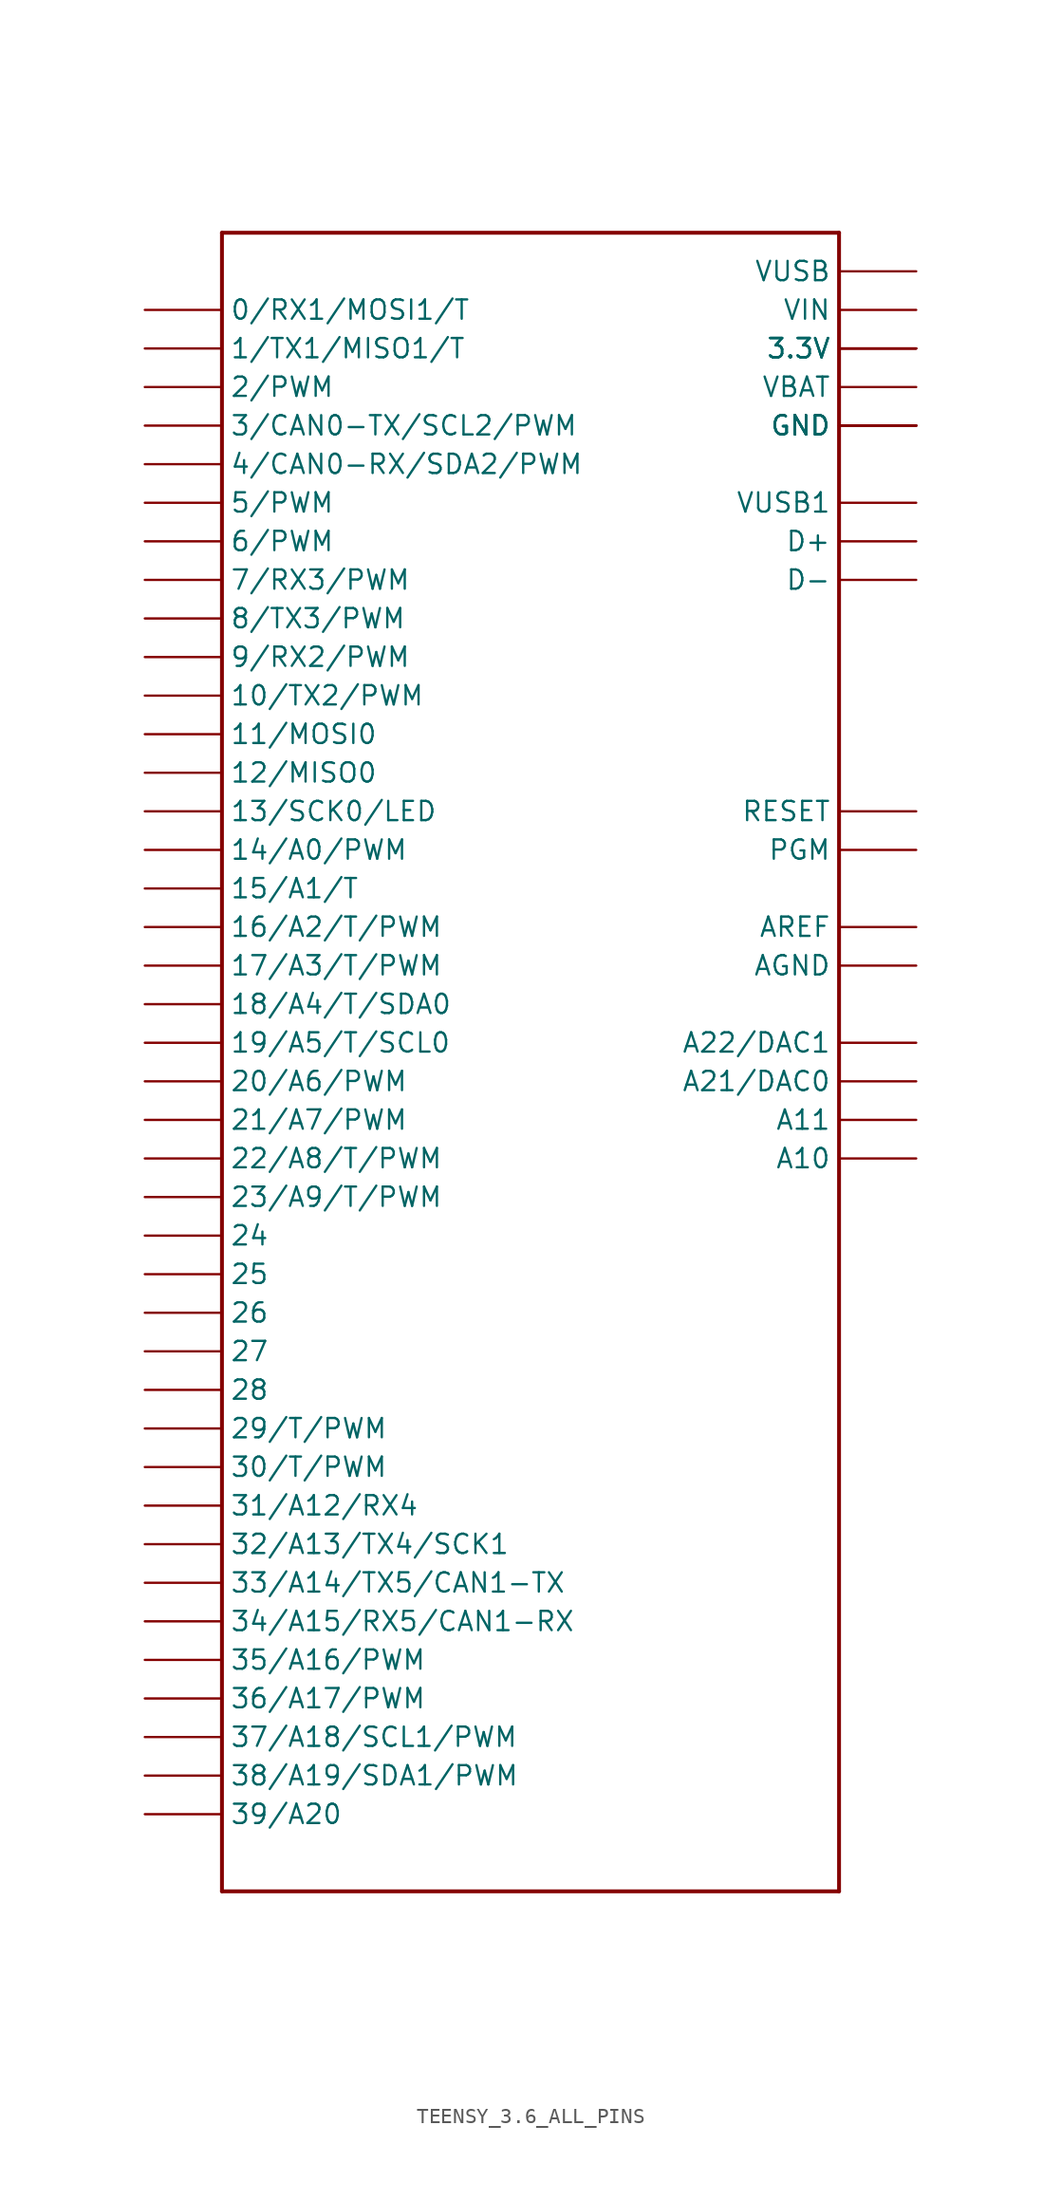
<source format=kicad_sym>
(kicad_symbol_lib
  (version 20231120)
  (generator "kicad_symbol_editor")
  (generator_version "8.0")
  (symbol "TEENSY_3.6_ALL_PINS"
    (property "Reference" ""
      (at -5.588 59.69 0)
      (effects (font (size 1.27 1.27) (thickness 0.254) (bold yes)) (justify left bottom) (hide yes)))
    (property "Value" ""
      (at -2.794 -53.34 0)
      (effects (font (size 1.27 1.27) (thickness 0.254) (bold yes)) (justify left bottom)))
    (property "ki_locked" ""
      (at 0 0 0)
      (effects (font (size 1.27 1.27))))
    (symbol "TEENSY_3.6_ALL_PINS_1_0"
      (polyline (pts (xy -20.32 -50.8) (xy 20.32 -50.8)) (stroke (width 0.254) (type solid)) (fill (type none)))
      (polyline (pts (xy -20.32 58.42) (xy -20.32 -50.8)) (stroke (width 0.254) (type solid)) (fill (type none)))
      (polyline (pts (xy 20.32 -50.8) (xy 20.32 58.42)) (stroke (width 0.254) (type solid)) (fill (type none)))
      (polyline (pts (xy 20.32 58.42) (xy -20.32 58.42)) (stroke (width 0.254) (type solid)) (fill (type none)))
      (pin bidirectional line (at -25.4 53.34 0) (length 5.08) (name "0/RX1/MOSI1/T" (effects (font (size 1.27 1.27)))) (number "0" (effects (font (size 0 0)))))
      (pin bidirectional line (at -25.4 50.8 0) (length 5.08) (name "1/TX1/MISO1/T" (effects (font (size 1.27 1.27)))) (number "1" (effects (font (size 0 0)))))
      (pin bidirectional line (at -25.4 27.94 0) (length 5.08) (name "10/TX2/PWM" (effects (font (size 1.27 1.27)))) (number "10" (effects (font (size 0 0)))))
      (pin bidirectional line (at -25.4 25.4 0) (length 5.08) (name "11/MOSI0" (effects (font (size 1.27 1.27)))) (number "11" (effects (font (size 0 0)))))
      (pin bidirectional line (at -25.4 22.86 0) (length 5.08) (name "12/MISO0" (effects (font (size 1.27 1.27)))) (number "12" (effects (font (size 0 0)))))
      (pin bidirectional line (at -25.4 20.32 0) (length 5.08) (name "13/SCK0/LED" (effects (font (size 1.27 1.27)))) (number "13" (effects (font (size 0 0)))))
      (pin bidirectional line (at -25.4 17.78 0) (length 5.08) (name "14/A0/PWM" (effects (font (size 1.27 1.27)))) (number "14/A0" (effects (font (size 0 0)))))
      (pin bidirectional line (at -25.4 15.24 0) (length 5.08) (name "15/A1/T" (effects (font (size 1.27 1.27)))) (number "15/A1" (effects (font (size 0 0)))))
      (pin bidirectional line (at -25.4 12.7 0) (length 5.08) (name "16/A2/T/PWM" (effects (font (size 1.27 1.27)))) (number "16/A2" (effects (font (size 0 0)))))
      (pin bidirectional line (at -25.4 10.16 0) (length 5.08) (name "17/A3/T/PWM" (effects (font (size 1.27 1.27)))) (number "17/A3" (effects (font (size 0 0)))))
      (pin bidirectional line (at -25.4 7.62 0) (length 5.08) (name "18/A4/T/SDA0" (effects (font (size 1.27 1.27)))) (number "18/A4" (effects (font (size 0 0)))))
      (pin bidirectional line (at -25.4 5.08 0) (length 5.08) (name "19/A5/T/SCL0" (effects (font (size 1.27 1.27)))) (number "19/A5" (effects (font (size 0 0)))))
      (pin bidirectional line (at -25.4 48.26 0) (length 5.08) (name "2/PWM" (effects (font (size 1.27 1.27)))) (number "2" (effects (font (size 0 0)))))
      (pin bidirectional line (at -25.4 2.54 0) (length 5.08) (name "20/A6/PWM" (effects (font (size 1.27 1.27)))) (number "20/A6" (effects (font (size 0 0)))))
      (pin bidirectional line (at -25.4 0 0) (length 5.08) (name "21/A7/PWM" (effects (font (size 1.27 1.27)))) (number "21/A7" (effects (font (size 0 0)))))
      (pin bidirectional line (at -25.4 -2.54 0) (length 5.08) (name "22/A8/T/PWM" (effects (font (size 1.27 1.27)))) (number "22/A8" (effects (font (size 0 0)))))
      (pin bidirectional line (at -25.4 -5.08 0) (length 5.08) (name "23/A9/T/PWM" (effects (font (size 1.27 1.27)))) (number "23/A9" (effects (font (size 0 0)))))
      (pin bidirectional line (at -25.4 -7.62 0) (length 5.08) (name "24" (effects (font (size 1.27 1.27)))) (number "24" (effects (font (size 0 0)))))
      (pin bidirectional line (at -25.4 -10.16 0) (length 5.08) (name "25" (effects (font (size 1.27 1.27)))) (number "25" (effects (font (size 0 0)))))
      (pin bidirectional line (at -25.4 -12.7 0) (length 5.08) (name "26" (effects (font (size 1.27 1.27)))) (number "26" (effects (font (size 0 0)))))
      (pin bidirectional line (at -25.4 -15.24 0) (length 5.08) (name "27" (effects (font (size 1.27 1.27)))) (number "27" (effects (font (size 0 0)))))
      (pin bidirectional line (at -25.4 -17.78 0) (length 5.08) (name "28" (effects (font (size 1.27 1.27)))) (number "28" (effects (font (size 0 0)))))
      (pin bidirectional line (at -25.4 -20.32 0) (length 5.08) (name "29/T/PWM" (effects (font (size 1.27 1.27)))) (number "29" (effects (font (size 0 0)))))
      (pin bidirectional line (at -25.4 45.72 0) (length 5.08) (name "3/CAN0-TX/SCL2/PWM" (effects (font (size 1.27 1.27)))) (number "3" (effects (font (size 0 0)))))
      (pin power_in line (at 25.4 50.8 180) (length 5.08) (name "3.3V" (effects (font (size 1.27 1.27)))) (number "3.3V" (effects (font (size 0 0)))))
      (pin power_in line (at 25.4 50.8 180) (length 5.08) (name "3.3V" (effects (font (size 1.27 1.27)))) (number "3.3V3" (effects (font (size 0 0)))))
      (pin power_in line (at 25.4 50.8 180) (length 5.08) (name "3.3V" (effects (font (size 1.27 1.27)))) (number "3.3V4" (effects (font (size 0 0)))))
      (pin bidirectional line (at -25.4 -22.86 0) (length 5.08) (name "30/T/PWM" (effects (font (size 1.27 1.27)))) (number "30" (effects (font (size 0 0)))))
      (pin bidirectional line (at -25.4 -25.4 0) (length 5.08) (name "31/A12/RX4" (effects (font (size 1.27 1.27)))) (number "31/A12" (effects (font (size 0 0)))))
      (pin bidirectional line (at -25.4 -27.94 0) (length 5.08) (name "32/A13/TX4/SCK1" (effects (font (size 1.27 1.27)))) (number "32/A13" (effects (font (size 0 0)))))
      (pin bidirectional line (at -25.4 -30.48 0) (length 5.08) (name "33/A14/TX5/CAN1-TX" (effects (font (size 1.27 1.27)))) (number "33/A14" (effects (font (size 0 0)))))
      (pin bidirectional line (at -25.4 -33.02 0) (length 5.08) (name "34/A15/RX5/CAN1-RX" (effects (font (size 1.27 1.27)))) (number "34/A15" (effects (font (size 0 0)))))
      (pin bidirectional line (at -25.4 -35.56 0) (length 5.08) (name "35/A16/PWM" (effects (font (size 1.27 1.27)))) (number "35/A16" (effects (font (size 0 0)))))
      (pin bidirectional line (at -25.4 -38.1 0) (length 5.08) (name "36/A17/PWM" (effects (font (size 1.27 1.27)))) (number "36/A17" (effects (font (size 0 0)))))
      (pin bidirectional line (at -25.4 -40.64 0) (length 5.08) (name "37/A18/SCL1/PWM" (effects (font (size 1.27 1.27)))) (number "37/A18" (effects (font (size 0 0)))))
      (pin bidirectional line (at -25.4 -43.18 0) (length 5.08) (name "38/A19/SDA1/PWM" (effects (font (size 1.27 1.27)))) (number "38/A19" (effects (font (size 0 0)))))
      (pin bidirectional line (at -25.4 -45.72 0) (length 5.08) (name "39/A20" (effects (font (size 1.27 1.27)))) (number "39/A20" (effects (font (size 0 0)))))
      (pin bidirectional line (at -25.4 43.18 0) (length 5.08) (name "4/CAN0-RX/SDA2/PWM" (effects (font (size 1.27 1.27)))) (number "4" (effects (font (size 0 0)))))
      (pin bidirectional line (at -25.4 40.64 0) (length 5.08) (name "5/PWM" (effects (font (size 1.27 1.27)))) (number "5" (effects (font (size 0 0)))))
      (pin bidirectional line (at -25.4 38.1 0) (length 5.08) (name "6/PWM" (effects (font (size 1.27 1.27)))) (number "6" (effects (font (size 0 0)))))
      (pin bidirectional line (at -25.4 35.56 0) (length 5.08) (name "7/RX3/PWM" (effects (font (size 1.27 1.27)))) (number "7" (effects (font (size 0 0)))))
      (pin bidirectional line (at -25.4 33.02 0) (length 5.08) (name "8/TX3/PWM" (effects (font (size 1.27 1.27)))) (number "8" (effects (font (size 0 0)))))
      (pin bidirectional line (at -25.4 30.48 0) (length 5.08) (name "9/RX2/PWM" (effects (font (size 1.27 1.27)))) (number "9" (effects (font (size 0 0)))))
      (pin bidirectional line (at 25.4 -2.54 180) (length 5.08) (name "A10" (effects (font (size 1.27 1.27)))) (number "A10" (effects (font (size 0 0)))))
      (pin bidirectional line (at 25.4 0 180) (length 5.08) (name "A11" (effects (font (size 1.27 1.27)))) (number "A11" (effects (font (size 0 0)))))
      (pin bidirectional line (at 25.4 2.54 180) (length 5.08) (name "A21/DAC0" (effects (font (size 1.27 1.27)))) (number "A21" (effects (font (size 0 0)))))
      (pin bidirectional line (at 25.4 5.08 180) (length 5.08) (name "A22/DAC1" (effects (font (size 1.27 1.27)))) (number "A22" (effects (font (size 0 0)))))
      (pin power_in line (at 25.4 10.16 180) (length 5.08) (name "AGND" (effects (font (size 1.27 1.27)))) (number "AGND" (effects (font (size 0 0)))))
      (pin power_in line (at 25.4 12.7 180) (length 5.08) (name "AREF" (effects (font (size 1.27 1.27)))) (number "AREF" (effects (font (size 0 0)))))
      (pin bidirectional line (at 25.4 38.1 180) (length 5.08) (name "D+" (effects (font (size 1.27 1.27)))) (number "D+" (effects (font (size 0 0)))))
      (pin bidirectional line (at 25.4 35.56 180) (length 5.08) (name "D-" (effects (font (size 1.27 1.27)))) (number "D-" (effects (font (size 0 0)))))
      (pin power_in line (at 25.4 45.72 180) (length 5.08) (name "GND" (effects (font (size 1.27 1.27)))) (number "GND" (effects (font (size 0 0)))))
      (pin power_in line (at 25.4 45.72 180) (length 5.08) (name "GND" (effects (font (size 1.27 1.27)))) (number "GND1" (effects (font (size 0 0)))))
      (pin power_in line (at 25.4 45.72 180) (length 5.08) (name "GND" (effects (font (size 1.27 1.27)))) (number "GND3" (effects (font (size 0 0)))))
      (pin power_in line (at 25.4 45.72 180) (length 5.08) (name "GND" (effects (font (size 1.27 1.27)))) (number "GND4" (effects (font (size 0 0)))))
      (pin power_in line (at 25.4 45.72 180) (length 5.08) (name "GND" (effects (font (size 1.27 1.27)))) (number "GND6" (effects (font (size 0 0)))))
      (pin bidirectional line (at 25.4 17.78 180) (length 5.08) (name "PGM" (effects (font (size 1.27 1.27)))) (number "PGM" (effects (font (size 0 0)))))
      (pin bidirectional line (at 25.4 20.32 180) (length 5.08) (name "RESET" (effects (font (size 1.27 1.27)))) (number "RESET" (effects (font (size 0 0)))))
      (pin power_in line (at 25.4 48.26 180) (length 5.08) (name "VBAT" (effects (font (size 1.27 1.27)))) (number "VBAT" (effects (font (size 0 0)))))
      (pin power_in line (at 25.4 53.34 180) (length 5.08) (name "VIN" (effects (font (size 1.27 1.27)))) (number "VIN" (effects (font (size 0 0)))))
      (pin power_in line (at 25.4 55.88 180) (length 5.08) (name "VUSB" (effects (font (size 1.27 1.27)))) (number "VUSB" (effects (font (size 0 0)))))
      (pin power_in line (at 25.4 40.64 180) (length 5.08) (name "VUSB1" (effects (font (size 1.27 1.27)))) (number "VUSB1" (effects (font (size 0 0))))))))
</source>
